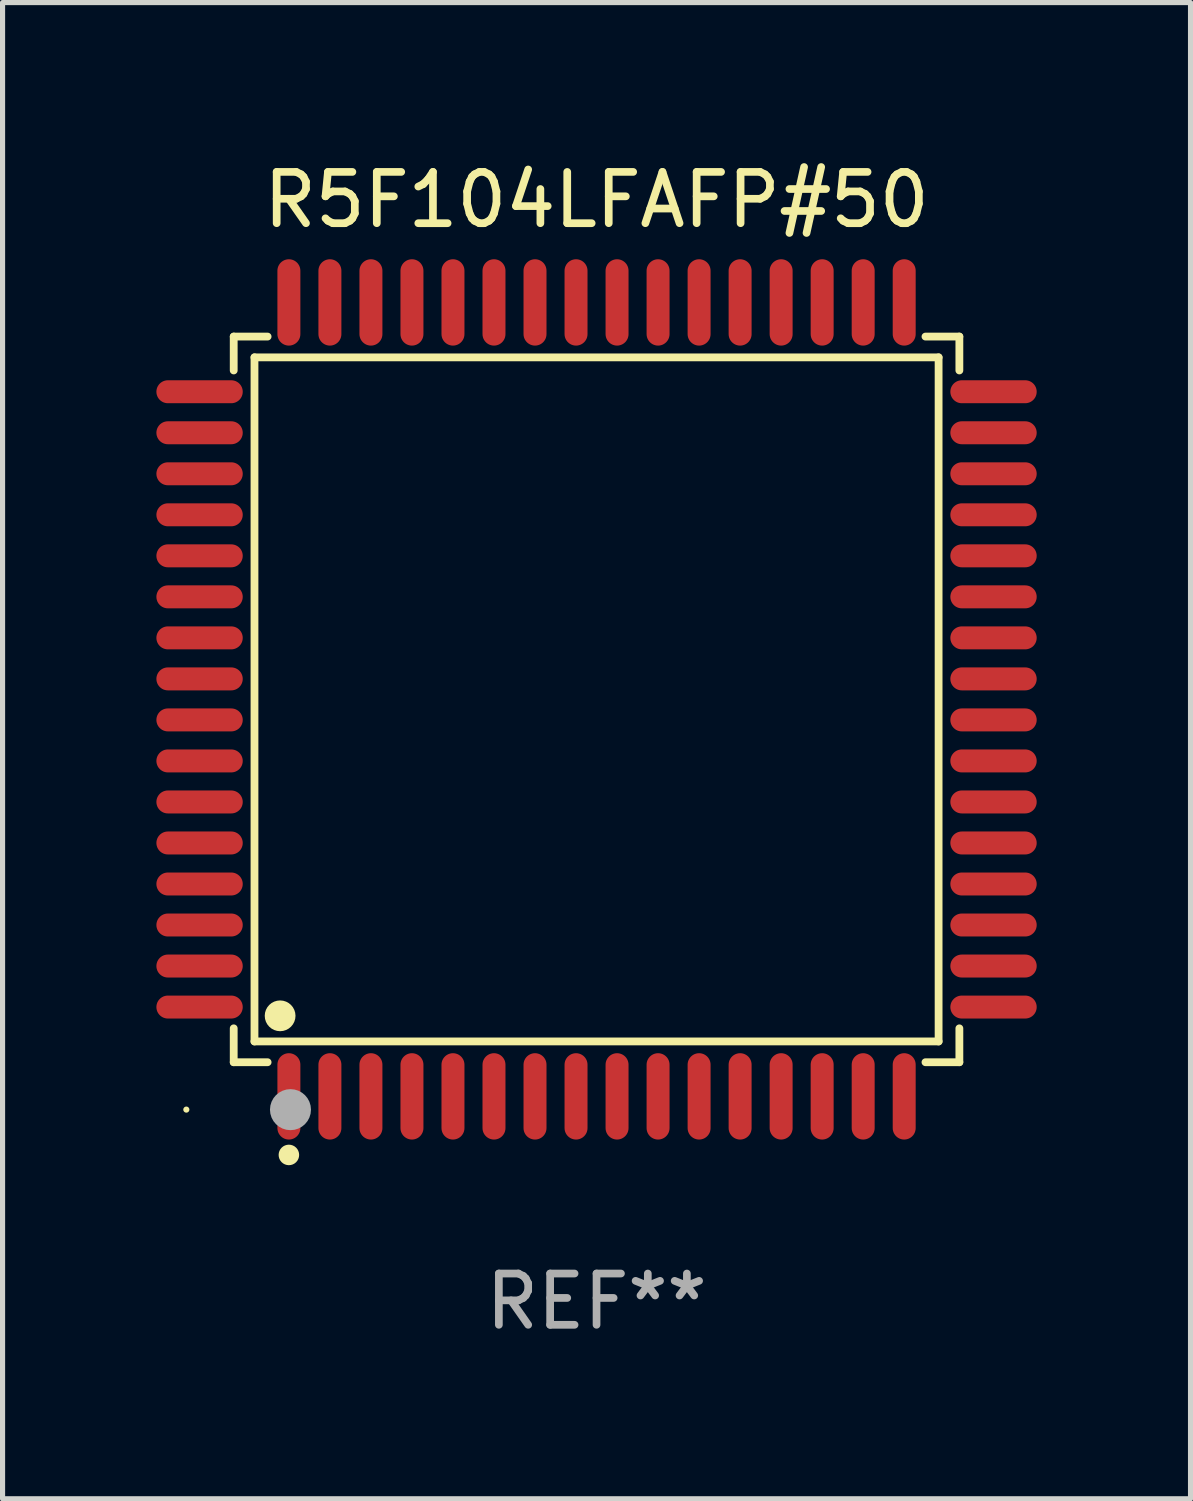
<source format=kicad_pcb>
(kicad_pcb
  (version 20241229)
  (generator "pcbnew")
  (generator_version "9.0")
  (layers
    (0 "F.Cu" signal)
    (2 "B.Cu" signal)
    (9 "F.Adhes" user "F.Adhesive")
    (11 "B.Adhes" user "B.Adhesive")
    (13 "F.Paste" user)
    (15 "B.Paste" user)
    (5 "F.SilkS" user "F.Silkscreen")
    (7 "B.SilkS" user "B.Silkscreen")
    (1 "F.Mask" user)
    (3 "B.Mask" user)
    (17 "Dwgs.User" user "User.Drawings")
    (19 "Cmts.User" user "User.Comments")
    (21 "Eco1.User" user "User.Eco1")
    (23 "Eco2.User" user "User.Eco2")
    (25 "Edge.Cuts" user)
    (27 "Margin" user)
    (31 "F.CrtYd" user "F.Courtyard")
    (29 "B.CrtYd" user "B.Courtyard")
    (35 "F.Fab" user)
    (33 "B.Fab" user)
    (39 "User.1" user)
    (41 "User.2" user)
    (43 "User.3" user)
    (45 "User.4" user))
  (footprint "R5F104LFAFP#50"
    (layer "F.Cu")
    (at 8.584 10.59)
    (property "Reference" "R5F104LFAFP#50" (at 0 -9.742 0) (layer "F.SilkS") (effects (font (size 1 1) (thickness 0.15))))
    (attr through_hole)
    (fp_line (start -7.076 -7.076) (end -6.415 -7.076) (stroke (width 0.152) (type solid)) (layer "F.SilkS"))
    (fp_line (start -7.076 -6.415) (end -7.076 -7.076) (stroke (width 0.152) (type solid)) (layer "F.SilkS"))
    (fp_line (start -7.076 6.415) (end -7.076 7.076) (stroke (width 0.152) (type solid)) (layer "F.SilkS"))
    (fp_line (start -7.076 7.076) (end -6.415 7.076) (stroke (width 0.152) (type solid)) (layer "F.SilkS"))
    (fp_line (start -6.671 -6.671) (end 6.671 -6.671) (stroke (width 0.152) (type solid)) (layer "F.SilkS"))
    (fp_line (start -6.671 6.671) (end -6.671 -6.671) (stroke (width 0.152) (type solid)) (layer "F.SilkS"))
    (fp_line (start 6.671 -6.671) (end 6.671 6.671) (stroke (width 0.152) (type solid)) (layer "F.SilkS"))
    (fp_line (start 6.671 6.671) (end -6.671 6.671) (stroke (width 0.152) (type solid)) (layer "F.SilkS"))
    (fp_line (start 7.076 -7.076) (end 6.415 -7.076) (stroke (width 0.152) (type solid)) (layer "F.SilkS"))
    (fp_line (start 7.076 -6.415) (end 7.076 -7.076) (stroke (width 0.152) (type solid)) (layer "F.SilkS"))
    (fp_line (start 7.076 6.415) (end 7.076 7.076) (stroke (width 0.152) (type solid)) (layer "F.SilkS"))
    (fp_line (start 7.076 7.076) (end 6.415 7.076) (stroke (width 0.152) (type solid)) (layer "F.SilkS"))
    (fp_circle (center -8 8) (end -7.97 8) (stroke (width 0.06) (type solid)) (fill no) (layer "F.SilkS"))
    (fp_circle (center -6.171 6.171) (end -6.021 6.171) (stroke (width 0.3) (type solid)) (fill no) (layer "F.SilkS"))
    (fp_circle (center -6 8.884) (end -5.9 8.884) (stroke (width 0.2) (type solid)) (fill no) (layer "F.SilkS"))
    (fp_circle (center -5.969 8.001) (end -5.769 8.001) (stroke (width 0.4) (type solid)) (fill no) (layer "F.Fab"))
    (fp_text user "REF**" (at 0 11.742 0) (layer "F.Fab") (effects (font (size 1 1) (thickness 0.15))))
    (pad "1" smd oval (at -6 7.742) (size 0.448 1.684) (layers "F.Cu" "F.Mask" "F.Paste"))
    (pad "2" smd oval (at -5.2 7.742) (size 0.448 1.684) (layers "F.Cu" "F.Mask" "F.Paste"))
    (pad "3" smd oval (at -4.4 7.742) (size 0.448 1.684) (layers "F.Cu" "F.Mask" "F.Paste"))
    (pad "4" smd oval (at -3.6 7.742) (size 0.448 1.684) (layers "F.Cu" "F.Mask" "F.Paste"))
    (pad "5" smd oval (at -2.8 7.742) (size 0.448 1.684) (layers "F.Cu" "F.Mask" "F.Paste"))
    (pad "6" smd oval (at -2 7.742) (size 0.448 1.684) (layers "F.Cu" "F.Mask" "F.Paste"))
    (pad "7" smd oval (at -1.2 7.742) (size 0.448 1.684) (layers "F.Cu" "F.Mask" "F.Paste"))
    (pad "8" smd oval (at -0.4 7.742) (size 0.448 1.684) (layers "F.Cu" "F.Mask" "F.Paste"))
    (pad "9" smd oval (at 0.4 7.742) (size 0.448 1.684) (layers "F.Cu" "F.Mask" "F.Paste"))
    (pad "10" smd oval (at 1.2 7.742) (size 0.448 1.684) (layers "F.Cu" "F.Mask" "F.Paste"))
    (pad "11" smd oval (at 2 7.742) (size 0.448 1.684) (layers "F.Cu" "F.Mask" "F.Paste"))
    (pad "12" smd oval (at 2.8 7.742) (size 0.448 1.684) (layers "F.Cu" "F.Mask" "F.Paste"))
    (pad "13" smd oval (at 3.6 7.742) (size 0.448 1.684) (layers "F.Cu" "F.Mask" "F.Paste"))
    (pad "14" smd oval (at 4.4 7.742) (size 0.448 1.684) (layers "F.Cu" "F.Mask" "F.Paste"))
    (pad "15" smd oval (at 5.2 7.742) (size 0.448 1.684) (layers "F.Cu" "F.Mask" "F.Paste"))
    (pad "16" smd oval (at 6 7.742) (size 0.448 1.684) (layers "F.Cu" "F.Mask" "F.Paste"))
    (pad "17" smd oval (at 7.742 6) (size 1.684 0.448) (layers "F.Cu" "F.Mask" "F.Paste"))
    (pad "18" smd oval (at 7.742 5.2) (size 1.684 0.448) (layers "F.Cu" "F.Mask" "F.Paste"))
    (pad "19" smd oval (at 7.742 4.4) (size 1.684 0.448) (layers "F.Cu" "F.Mask" "F.Paste"))
    (pad "20" smd oval (at 7.742 3.6) (size 1.684 0.448) (layers "F.Cu" "F.Mask" "F.Paste"))
    (pad "21" smd oval (at 7.742 2.8) (size 1.684 0.448) (layers "F.Cu" "F.Mask" "F.Paste"))
    (pad "22" smd oval (at 7.742 2) (size 1.684 0.448) (layers "F.Cu" "F.Mask" "F.Paste"))
    (pad "23" smd oval (at 7.742 1.2) (size 1.684 0.448) (layers "F.Cu" "F.Mask" "F.Paste"))
    (pad "24" smd oval (at 7.742 0.4) (size 1.684 0.448) (layers "F.Cu" "F.Mask" "F.Paste"))
    (pad "25" smd oval (at 7.742 -0.4) (size 1.684 0.448) (layers "F.Cu" "F.Mask" "F.Paste"))
    (pad "26" smd oval (at 7.742 -1.2) (size 1.684 0.448) (layers "F.Cu" "F.Mask" "F.Paste"))
    (pad "27" smd oval (at 7.742 -2) (size 1.684 0.448) (layers "F.Cu" "F.Mask" "F.Paste"))
    (pad "28" smd oval (at 7.742 -2.8) (size 1.684 0.448) (layers "F.Cu" "F.Mask" "F.Paste"))
    (pad "29" smd oval (at 7.742 -3.6) (size 1.684 0.448) (layers "F.Cu" "F.Mask" "F.Paste"))
    (pad "30" smd oval (at 7.742 -4.4) (size 1.684 0.448) (layers "F.Cu" "F.Mask" "F.Paste"))
    (pad "31" smd oval (at 7.742 -5.2) (size 1.684 0.448) (layers "F.Cu" "F.Mask" "F.Paste"))
    (pad "32" smd oval (at 7.742 -6) (size 1.684 0.448) (layers "F.Cu" "F.Mask" "F.Paste"))
    (pad "33" smd oval (at 6 -7.742) (size 0.448 1.684) (layers "F.Cu" "F.Mask" "F.Paste"))
    (pad "34" smd oval (at 5.2 -7.742) (size 0.448 1.684) (layers "F.Cu" "F.Mask" "F.Paste"))
    (pad "35" smd oval (at 4.4 -7.742) (size 0.448 1.684) (layers "F.Cu" "F.Mask" "F.Paste"))
    (pad "36" smd oval (at 3.6 -7.742) (size 0.448 1.684) (layers "F.Cu" "F.Mask" "F.Paste"))
    (pad "37" smd oval (at 2.8 -7.742) (size 0.448 1.684) (layers "F.Cu" "F.Mask" "F.Paste"))
    (pad "38" smd oval (at 2 -7.742) (size 0.448 1.684) (layers "F.Cu" "F.Mask" "F.Paste"))
    (pad "39" smd oval (at 1.2 -7.742) (size 0.448 1.684) (layers "F.Cu" "F.Mask" "F.Paste"))
    (pad "40" smd oval (at 0.4 -7.742) (size 0.448 1.684) (layers "F.Cu" "F.Mask" "F.Paste"))
    (pad "41" smd oval (at -0.4 -7.742) (size 0.448 1.684) (layers "F.Cu" "F.Mask" "F.Paste"))
    (pad "42" smd oval (at -1.2 -7.742) (size 0.448 1.684) (layers "F.Cu" "F.Mask" "F.Paste"))
    (pad "43" smd oval (at -2 -7.742) (size 0.448 1.684) (layers "F.Cu" "F.Mask" "F.Paste"))
    (pad "44" smd oval (at -2.8 -7.742) (size 0.448 1.684) (layers "F.Cu" "F.Mask" "F.Paste"))
    (pad "45" smd oval (at -3.6 -7.742) (size 0.448 1.684) (layers "F.Cu" "F.Mask" "F.Paste"))
    (pad "46" smd oval (at -4.4 -7.742) (size 0.448 1.684) (layers "F.Cu" "F.Mask" "F.Paste"))
    (pad "47" smd oval (at -5.2 -7.742) (size 0.448 1.684) (layers "F.Cu" "F.Mask" "F.Paste"))
    (pad "48" smd oval (at -6 -7.742) (size 0.448 1.684) (layers "F.Cu" "F.Mask" "F.Paste"))
    (pad "49" smd oval (at -7.742 -6) (size 1.684 0.448) (layers "F.Cu" "F.Mask" "F.Paste"))
    (pad "50" smd oval (at -7.742 -5.2) (size 1.684 0.448) (layers "F.Cu" "F.Mask" "F.Paste"))
    (pad "51" smd oval (at -7.742 -4.4) (size 1.684 0.448) (layers "F.Cu" "F.Mask" "F.Paste"))
    (pad "52" smd oval (at -7.742 -3.6) (size 1.684 0.448) (layers "F.Cu" "F.Mask" "F.Paste"))
    (pad "53" smd oval (at -7.742 -2.8) (size 1.684 0.448) (layers "F.Cu" "F.Mask" "F.Paste"))
    (pad "54" smd oval (at -7.742 -2) (size 1.684 0.448) (layers "F.Cu" "F.Mask" "F.Paste"))
    (pad "55" smd oval (at -7.742 -1.2) (size 1.684 0.448) (layers "F.Cu" "F.Mask" "F.Paste"))
    (pad "56" smd oval (at -7.742 -0.4) (size 1.684 0.448) (layers "F.Cu" "F.Mask" "F.Paste"))
    (pad "57" smd oval (at -7.742 0.4) (size 1.684 0.448) (layers "F.Cu" "F.Mask" "F.Paste"))
    (pad "58" smd oval (at -7.742 1.2) (size 1.684 0.448) (layers "F.Cu" "F.Mask" "F.Paste"))
    (pad "59" smd oval (at -7.742 2) (size 1.684 0.448) (layers "F.Cu" "F.Mask" "F.Paste"))
    (pad "60" smd oval (at -7.742 2.8) (size 1.684 0.448) (layers "F.Cu" "F.Mask" "F.Paste"))
    (pad "61" smd oval (at -7.742 3.6) (size 1.684 0.448) (layers "F.Cu" "F.Mask" "F.Paste"))
    (pad "62" smd oval (at -7.742 4.4) (size 1.684 0.448) (layers "F.Cu" "F.Mask" "F.Paste"))
    (pad "63" smd oval (at -7.742 5.2) (size 1.684 0.448) (layers "F.Cu" "F.Mask" "F.Paste"))
    (pad "64" smd oval (at -7.742 6) (size 1.684 0.448) (layers "F.Cu" "F.Mask" "F.Paste")))
  (gr_rect
    (start -3 -3)
    (end 20.168 26.18)
    (stroke (width 0.1) (type default))
    (fill no)
    (layer "Edge.Cuts")))
</source>
